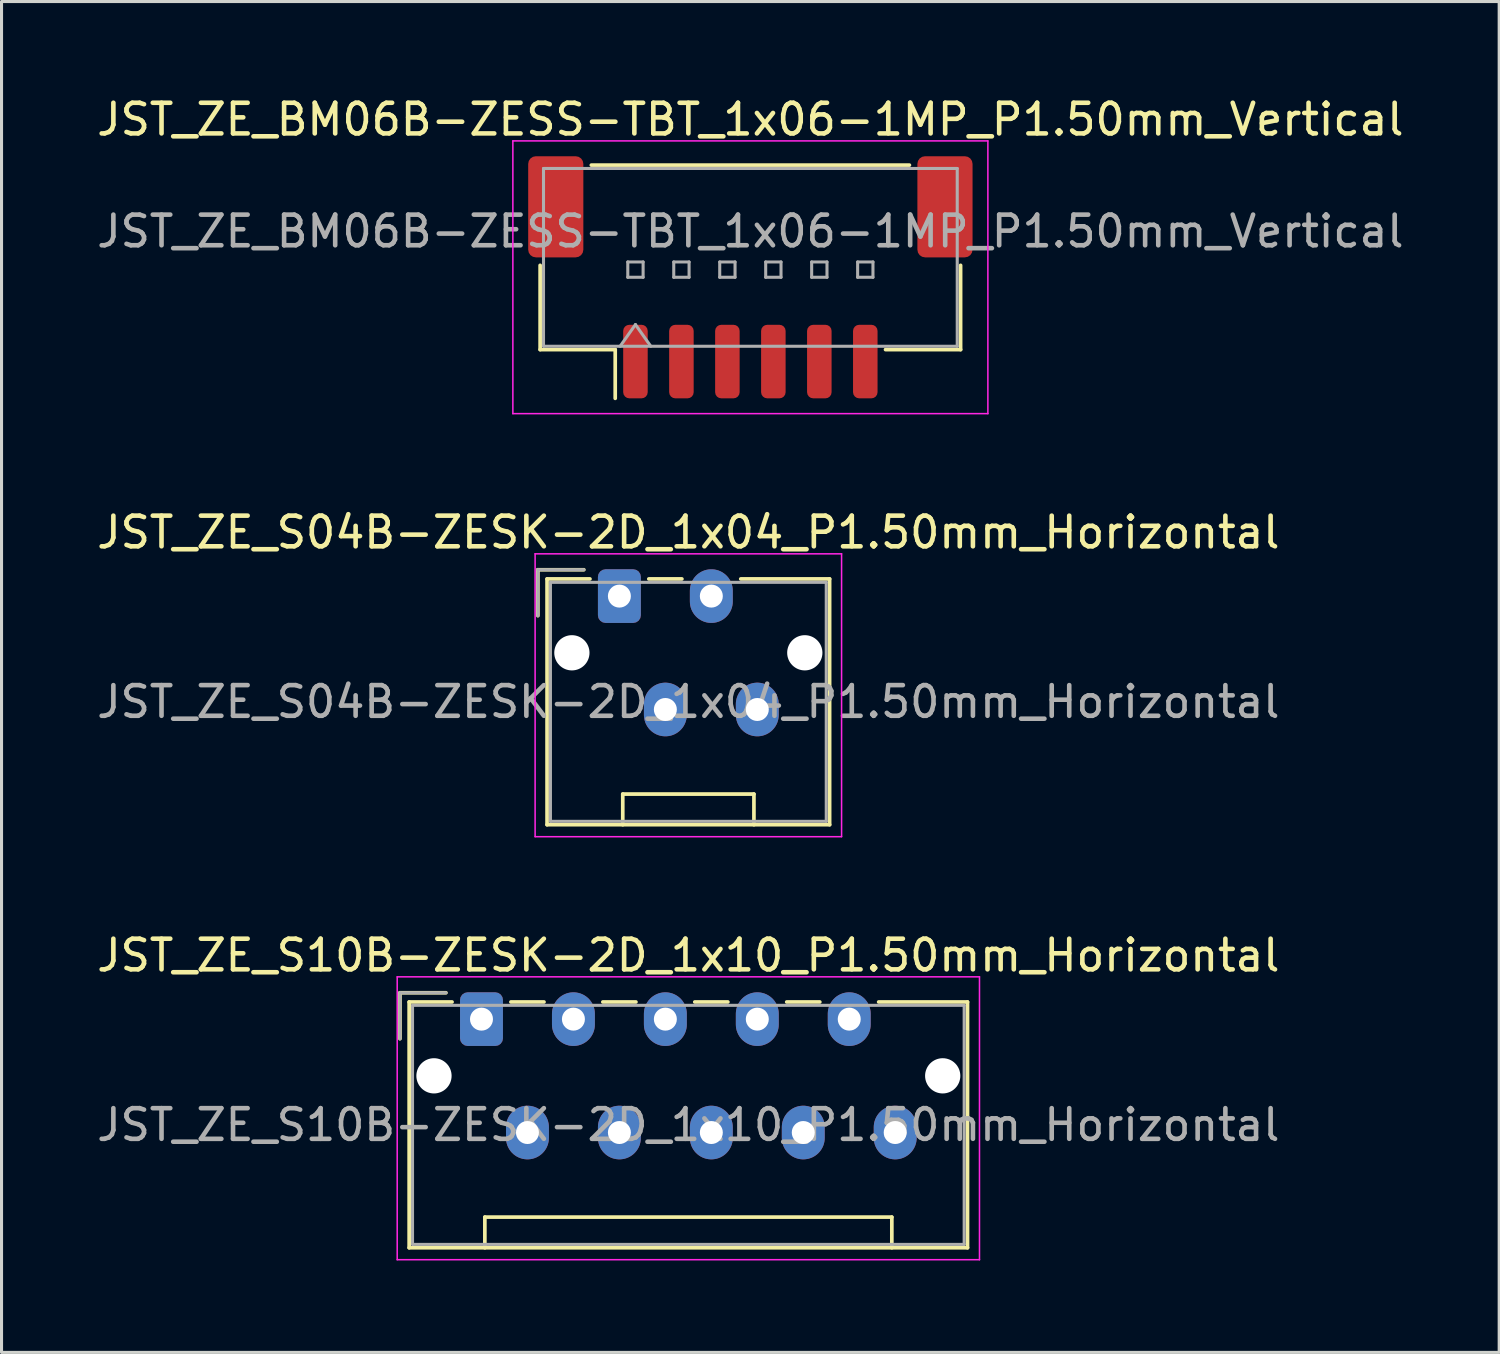
<source format=kicad_pcb>
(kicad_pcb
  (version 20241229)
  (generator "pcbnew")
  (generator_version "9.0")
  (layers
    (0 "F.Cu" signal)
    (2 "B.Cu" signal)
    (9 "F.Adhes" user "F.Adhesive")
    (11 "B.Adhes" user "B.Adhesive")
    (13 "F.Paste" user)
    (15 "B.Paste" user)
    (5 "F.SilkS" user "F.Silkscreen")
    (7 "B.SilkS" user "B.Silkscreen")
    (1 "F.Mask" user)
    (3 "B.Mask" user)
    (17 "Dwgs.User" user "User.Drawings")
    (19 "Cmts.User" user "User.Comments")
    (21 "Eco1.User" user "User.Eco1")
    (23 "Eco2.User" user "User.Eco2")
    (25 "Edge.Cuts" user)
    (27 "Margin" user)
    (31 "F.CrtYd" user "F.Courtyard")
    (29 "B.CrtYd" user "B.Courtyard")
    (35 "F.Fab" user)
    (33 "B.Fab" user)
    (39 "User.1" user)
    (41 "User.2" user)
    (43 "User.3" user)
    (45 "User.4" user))
  (footprint "JST_ZE_S10B-ZESK-2D_1x10_P1.50mm_Horizontal"
    (layer "F.Cu")
    (at 12.661 30.205)
    (property "Reference" "JST_ZE_S10B-ZESK-2D_1x10_P1.50mm_Horizontal" (at 6.75 -2.08 0) (layer "F.SilkS") (effects (font (size 1 1) (thickness 0.15))))
    (attr through_hole)
    (fp_line (start -2.66 -0.86) (end -1.16 -0.86) (stroke (width 0.12) (type solid)) (layer "F.SilkS"))
    (fp_line (start -2.66 0.64) (end -2.66 -0.86) (stroke (width 0.12) (type solid)) (layer "F.SilkS"))
    (fp_line (start -2.36 -0.56) (end -2.36 7.46) (stroke (width 0.12) (type solid)) (layer "F.SilkS"))
    (fp_line (start -2.36 7.46) (end 15.86 7.46) (stroke (width 0.12) (type solid)) (layer "F.SilkS"))
    (fp_line (start -0.96 -0.56) (end -2.36 -0.56) (stroke (width 0.12) (type solid)) (layer "F.SilkS"))
    (fp_line (start 0.11 6.46) (end 13.39 6.46) (stroke (width 0.12) (type solid)) (layer "F.SilkS"))
    (fp_line (start 0.11 7.46) (end 0.11 6.46) (stroke (width 0.12) (type solid)) (layer "F.SilkS"))
    (fp_line (start 0.96 -0.56) (end 2.04 -0.56) (stroke (width 0.12) (type solid)) (layer "F.SilkS"))
    (fp_line (start 3.96 -0.56) (end 5.04 -0.56) (stroke (width 0.12) (type solid)) (layer "F.SilkS"))
    (fp_line (start 6.96 -0.56) (end 8.04 -0.56) (stroke (width 0.12) (type solid)) (layer "F.SilkS"))
    (fp_line (start 9.96 -0.56) (end 11.04 -0.56) (stroke (width 0.12) (type solid)) (layer "F.SilkS"))
    (fp_line (start 13.39 6.46) (end 13.39 7.46) (stroke (width 0.12) (type solid)) (layer "F.SilkS"))
    (fp_line (start 15.86 -0.56) (end 12.96 -0.56) (stroke (width 0.12) (type solid)) (layer "F.SilkS"))
    (fp_line (start 15.86 7.46) (end 15.86 -0.56) (stroke (width 0.12) (type solid)) (layer "F.SilkS"))
    (fp_line (start -2.75 -1.38) (end -2.75 7.85) (stroke (width 0.05) (type solid)) (layer "F.CrtYd"))
    (fp_line (start -2.75 7.85) (end 16.25 7.85) (stroke (width 0.05) (type solid)) (layer "F.CrtYd"))
    (fp_line (start 16.25 -1.38) (end -2.75 -1.38) (stroke (width 0.05) (type solid)) (layer "F.CrtYd"))
    (fp_line (start 16.25 7.85) (end 16.25 -1.38) (stroke (width 0.05) (type solid)) (layer "F.CrtYd"))
    (fp_line (start -2.66 -0.86) (end -1.16 -0.86) (stroke (width 0.1) (type solid)) (layer "F.Fab"))
    (fp_line (start -2.66 0.64) (end -2.66 -0.86) (stroke (width 0.1) (type solid)) (layer "F.Fab"))
    (fp_line (start -2.25 -0.45) (end -2.25 7.35) (stroke (width 0.1) (type solid)) (layer "F.Fab"))
    (fp_line (start -2.25 7.35) (end 15.75 7.35) (stroke (width 0.1) (type solid)) (layer "F.Fab"))
    (fp_line (start 15.75 -0.45) (end -2.25 -0.45) (stroke (width 0.1) (type solid)) (layer "F.Fab"))
    (fp_line (start 15.75 7.35) (end 15.75 -0.45) (stroke (width 0.1) (type solid)) (layer "F.Fab"))
    (fp_text user "${REFERENCE}" (at 6.75 3.45 0) (layer "F.Fab") (effects (font (size 1 1) (thickness 0.15))))
    (pad "" np_thru_hole circle (at -1.55 1.85) (size 1.15 1.15) (drill 1.15) (layers "*.Cu" "*.Mask"))
    (pad "" np_thru_hole circle (at 15.05 1.85) (size 1.15 1.15) (drill 1.15) (layers "*.Cu" "*.Mask"))
    (pad "1" thru_hole roundrect (at 0 0) (size 1.4 1.75) (drill 0.75) (layers "*.Cu" "*.Mask") (roundrect_rratio 0.179))
    (pad "2" thru_hole oval (at 1.5 3.7) (size 1.4 1.75) (drill 0.75) (layers "*.Cu" "*.Mask"))
    (pad "3" thru_hole oval (at 3 0) (size 1.4 1.75) (drill 0.75) (layers "*.Cu" "*.Mask"))
    (pad "4" thru_hole oval (at 4.5 3.7) (size 1.4 1.75) (drill 0.75) (layers "*.Cu" "*.Mask"))
    (pad "5" thru_hole oval (at 6 0) (size 1.4 1.75) (drill 0.75) (layers "*.Cu" "*.Mask"))
    (pad "6" thru_hole oval (at 7.5 3.7) (size 1.4 1.75) (drill 0.75) (layers "*.Cu" "*.Mask"))
    (pad "7" thru_hole oval (at 9 0) (size 1.4 1.75) (drill 0.75) (layers "*.Cu" "*.Mask"))
    (pad "8" thru_hole oval (at 10.5 3.7) (size 1.4 1.75) (drill 0.75) (layers "*.Cu" "*.Mask"))
    (pad "9" thru_hole oval (at 12 0) (size 1.4 1.75) (drill 0.75) (layers "*.Cu" "*.Mask"))
    (pad "10" thru_hole oval (at 13.5 3.7) (size 1.4 1.75) (drill 0.75) (layers "*.Cu" "*.Mask")))
  (footprint "JST_ZE_S04B-ZESK-2D_1x04_P1.50mm_Horizontal"
    (layer "F.Cu")
    (at 17.161 16.401)
    (property "Reference" "JST_ZE_S04B-ZESK-2D_1x04_P1.50mm_Horizontal" (at 2.25 -2.08 0) (layer "F.SilkS") (effects (font (size 1 1) (thickness 0.15))))
    (attr through_hole)
    (fp_line (start -2.66 -0.86) (end -1.16 -0.86) (stroke (width 0.12) (type solid)) (layer "F.SilkS"))
    (fp_line (start -2.66 0.64) (end -2.66 -0.86) (stroke (width 0.12) (type solid)) (layer "F.SilkS"))
    (fp_line (start -2.36 -0.56) (end -2.36 7.46) (stroke (width 0.12) (type solid)) (layer "F.SilkS"))
    (fp_line (start -2.36 7.46) (end 6.86 7.46) (stroke (width 0.12) (type solid)) (layer "F.SilkS"))
    (fp_line (start -0.96 -0.56) (end -2.36 -0.56) (stroke (width 0.12) (type solid)) (layer "F.SilkS"))
    (fp_line (start 0.11 6.46) (end 4.39 6.46) (stroke (width 0.12) (type solid)) (layer "F.SilkS"))
    (fp_line (start 0.11 7.46) (end 0.11 6.46) (stroke (width 0.12) (type solid)) (layer "F.SilkS"))
    (fp_line (start 0.96 -0.56) (end 2.04 -0.56) (stroke (width 0.12) (type solid)) (layer "F.SilkS"))
    (fp_line (start 4.39 6.46) (end 4.39 7.46) (stroke (width 0.12) (type solid)) (layer "F.SilkS"))
    (fp_line (start 6.86 -0.56) (end 3.96 -0.56) (stroke (width 0.12) (type solid)) (layer "F.SilkS"))
    (fp_line (start 6.86 7.46) (end 6.86 -0.56) (stroke (width 0.12) (type solid)) (layer "F.SilkS"))
    (fp_line (start -2.75 -1.38) (end -2.75 7.85) (stroke (width 0.05) (type solid)) (layer "F.CrtYd"))
    (fp_line (start -2.75 7.85) (end 7.25 7.85) (stroke (width 0.05) (type solid)) (layer "F.CrtYd"))
    (fp_line (start 7.25 -1.38) (end -2.75 -1.38) (stroke (width 0.05) (type solid)) (layer "F.CrtYd"))
    (fp_line (start 7.25 7.85) (end 7.25 -1.38) (stroke (width 0.05) (type solid)) (layer "F.CrtYd"))
    (fp_line (start -2.66 -0.86) (end -1.16 -0.86) (stroke (width 0.1) (type solid)) (layer "F.Fab"))
    (fp_line (start -2.66 0.64) (end -2.66 -0.86) (stroke (width 0.1) (type solid)) (layer "F.Fab"))
    (fp_line (start -2.25 -0.45) (end -2.25 7.35) (stroke (width 0.1) (type solid)) (layer "F.Fab"))
    (fp_line (start -2.25 7.35) (end 6.75 7.35) (stroke (width 0.1) (type solid)) (layer "F.Fab"))
    (fp_line (start 6.75 -0.45) (end -2.25 -0.45) (stroke (width 0.1) (type solid)) (layer "F.Fab"))
    (fp_line (start 6.75 7.35) (end 6.75 -0.45) (stroke (width 0.1) (type solid)) (layer "F.Fab"))
    (fp_text user "${REFERENCE}" (at 2.25 3.45 0) (layer "F.Fab") (effects (font (size 1 1) (thickness 0.15))))
    (pad "" np_thru_hole circle (at -1.55 1.85) (size 1.15 1.15) (drill 1.15) (layers "*.Cu" "*.Mask"))
    (pad "" np_thru_hole circle (at 6.05 1.85) (size 1.15 1.15) (drill 1.15) (layers "*.Cu" "*.Mask"))
    (pad "1" thru_hole roundrect (at 0 0) (size 1.4 1.75) (drill 0.75) (layers "*.Cu" "*.Mask") (roundrect_rratio 0.179))
    (pad "2" thru_hole oval (at 1.5 3.7) (size 1.4 1.75) (drill 0.75) (layers "*.Cu" "*.Mask"))
    (pad "3" thru_hole oval (at 3 0) (size 1.4 1.75) (drill 0.75) (layers "*.Cu" "*.Mask"))
    (pad "4" thru_hole oval (at 4.5 3.7) (size 1.4 1.75) (drill 0.75) (layers "*.Cu" "*.Mask")))
  (footprint "JST_ZE_BM06B-ZESS-TBT_1x06-1MP_P1.50mm_Vertical"
    (layer "F.Cu")
    (at 21.435 5.998)
    (property "Reference" "JST_ZE_BM06B-ZESS-TBT_1x06-1MP_P1.50mm_Vertical" (at 0 -5.15 0) (layer "F.SilkS") (effects (font (size 1 1) (thickness 0.15))))
    (attr smd)
    (fp_line (start -6.86 -0.39) (end -6.86 2.36) (stroke (width 0.12) (type solid)) (layer "F.SilkS"))
    (fp_line (start -6.86 2.36) (end -4.41 2.36) (stroke (width 0.12) (type solid)) (layer "F.SilkS"))
    (fp_line (start -5.19 -3.66) (end 5.19 -3.66) (stroke (width 0.12) (type solid)) (layer "F.SilkS"))
    (fp_line (start -4.41 2.36) (end -4.41 3.95) (stroke (width 0.12) (type solid)) (layer "F.SilkS"))
    (fp_line (start 6.86 -0.39) (end 6.86 2.36) (stroke (width 0.12) (type solid)) (layer "F.SilkS"))
    (fp_line (start 6.86 2.36) (end 4.41 2.36) (stroke (width 0.12) (type solid)) (layer "F.SilkS"))
    (fp_line (start -7.75 -4.45) (end -7.75 4.45) (stroke (width 0.05) (type solid)) (layer "F.CrtYd"))
    (fp_line (start -7.75 4.45) (end 7.75 4.45) (stroke (width 0.05) (type solid)) (layer "F.CrtYd"))
    (fp_line (start 7.75 -4.45) (end -7.75 -4.45) (stroke (width 0.05) (type solid)) (layer "F.CrtYd"))
    (fp_line (start 7.75 4.45) (end 7.75 -4.45) (stroke (width 0.05) (type solid)) (layer "F.CrtYd"))
    (fp_line (start -6.75 -3.55) (end 6.75 -3.55) (stroke (width 0.1) (type solid)) (layer "F.Fab"))
    (fp_line (start -6.75 2.25) (end -6.75 -3.55) (stroke (width 0.1) (type solid)) (layer "F.Fab"))
    (fp_line (start -6.75 2.25) (end 6.75 2.25) (stroke (width 0.1) (type solid)) (layer "F.Fab"))
    (fp_line (start -4.25 2.25) (end -3.75 1.543) (stroke (width 0.1) (type solid)) (layer "F.Fab"))
    (fp_line (start -4 -0.5) (end -4 0) (stroke (width 0.1) (type solid)) (layer "F.Fab"))
    (fp_line (start -4 0) (end -3.5 0) (stroke (width 0.1) (type solid)) (layer "F.Fab"))
    (fp_line (start -3.75 1.543) (end -3.25 2.25) (stroke (width 0.1) (type solid)) (layer "F.Fab"))
    (fp_line (start -3.5 -0.5) (end -4 -0.5) (stroke (width 0.1) (type solid)) (layer "F.Fab"))
    (fp_line (start -3.5 0) (end -3.5 -0.5) (stroke (width 0.1) (type solid)) (layer "F.Fab"))
    (fp_line (start -2.5 -0.5) (end -2.5 0) (stroke (width 0.1) (type solid)) (layer "F.Fab"))
    (fp_line (start -2.5 0) (end -2 0) (stroke (width 0.1) (type solid)) (layer "F.Fab"))
    (fp_line (start -2 -0.5) (end -2.5 -0.5) (stroke (width 0.1) (type solid)) (layer "F.Fab"))
    (fp_line (start -2 0) (end -2 -0.5) (stroke (width 0.1) (type solid)) (layer "F.Fab"))
    (fp_line (start -1 -0.5) (end -1 0) (stroke (width 0.1) (type solid)) (layer "F.Fab"))
    (fp_line (start -1 0) (end -0.5 0) (stroke (width 0.1) (type solid)) (layer "F.Fab"))
    (fp_line (start -0.5 -0.5) (end -1 -0.5) (stroke (width 0.1) (type solid)) (layer "F.Fab"))
    (fp_line (start -0.5 0) (end -0.5 -0.5) (stroke (width 0.1) (type solid)) (layer "F.Fab"))
    (fp_line (start 0.5 -0.5) (end 0.5 0) (stroke (width 0.1) (type solid)) (layer "F.Fab"))
    (fp_line (start 0.5 0) (end 1 0) (stroke (width 0.1) (type solid)) (layer "F.Fab"))
    (fp_line (start 1 -0.5) (end 0.5 -0.5) (stroke (width 0.1) (type solid)) (layer "F.Fab"))
    (fp_line (start 1 0) (end 1 -0.5) (stroke (width 0.1) (type solid)) (layer "F.Fab"))
    (fp_line (start 2 -0.5) (end 2 0) (stroke (width 0.1) (type solid)) (layer "F.Fab"))
    (fp_line (start 2 0) (end 2.5 0) (stroke (width 0.1) (type solid)) (layer "F.Fab"))
    (fp_line (start 2.5 -0.5) (end 2 -0.5) (stroke (width 0.1) (type solid)) (layer "F.Fab"))
    (fp_line (start 2.5 0) (end 2.5 -0.5) (stroke (width 0.1) (type solid)) (layer "F.Fab"))
    (fp_line (start 3.5 -0.5) (end 3.5 0) (stroke (width 0.1) (type solid)) (layer "F.Fab"))
    (fp_line (start 3.5 0) (end 4 0) (stroke (width 0.1) (type solid)) (layer "F.Fab"))
    (fp_line (start 4 -0.5) (end 3.5 -0.5) (stroke (width 0.1) (type solid)) (layer "F.Fab"))
    (fp_line (start 4 0) (end 4 -0.5) (stroke (width 0.1) (type solid)) (layer "F.Fab"))
    (fp_line (start 6.75 2.25) (end 6.75 -3.55) (stroke (width 0.1) (type solid)) (layer "F.Fab"))
    (fp_text user "${REFERENCE}" (at 0 -1.5 0) (layer "F.Fab") (effects (font (size 1 1) (thickness 0.15))))
    (pad "1" smd roundrect (at -3.75 2.75) (size 0.8 2.4) (layers "F.Cu" "F.Mask" "F.Paste") (roundrect_rratio 0.25))
    (pad "2" smd roundrect (at -2.25 2.75) (size 0.8 2.4) (layers "F.Cu" "F.Mask" "F.Paste") (roundrect_rratio 0.25))
    (pad "3" smd roundrect (at -0.75 2.75) (size 0.8 2.4) (layers "F.Cu" "F.Mask" "F.Paste") (roundrect_rratio 0.25))
    (pad "4" smd roundrect (at 0.75 2.75) (size 0.8 2.4) (layers "F.Cu" "F.Mask" "F.Paste") (roundrect_rratio 0.25))
    (pad "5" smd roundrect (at 2.25 2.75) (size 0.8 2.4) (layers "F.Cu" "F.Mask" "F.Paste") (roundrect_rratio 0.25))
    (pad "6" smd roundrect (at 3.75 2.75) (size 0.8 2.4) (layers "F.Cu" "F.Mask" "F.Paste") (roundrect_rratio 0.25))
    (pad "MP" smd roundrect (at -6.35 -2.3) (size 1.8 3.3) (layers "F.Cu" "F.Mask" "F.Paste") (roundrect_rratio 0.139))
    (pad "MP" smd roundrect (at 6.35 -2.3) (size 1.8 3.3) (layers "F.Cu" "F.Mask" "F.Paste") (roundrect_rratio 0.139)))
  (gr_rect
    (start -3 -3)
    (end 45.869 41.08)
    (stroke (width 0.1) (type default))
    (fill no)
    (layer "Edge.Cuts")))
</source>
